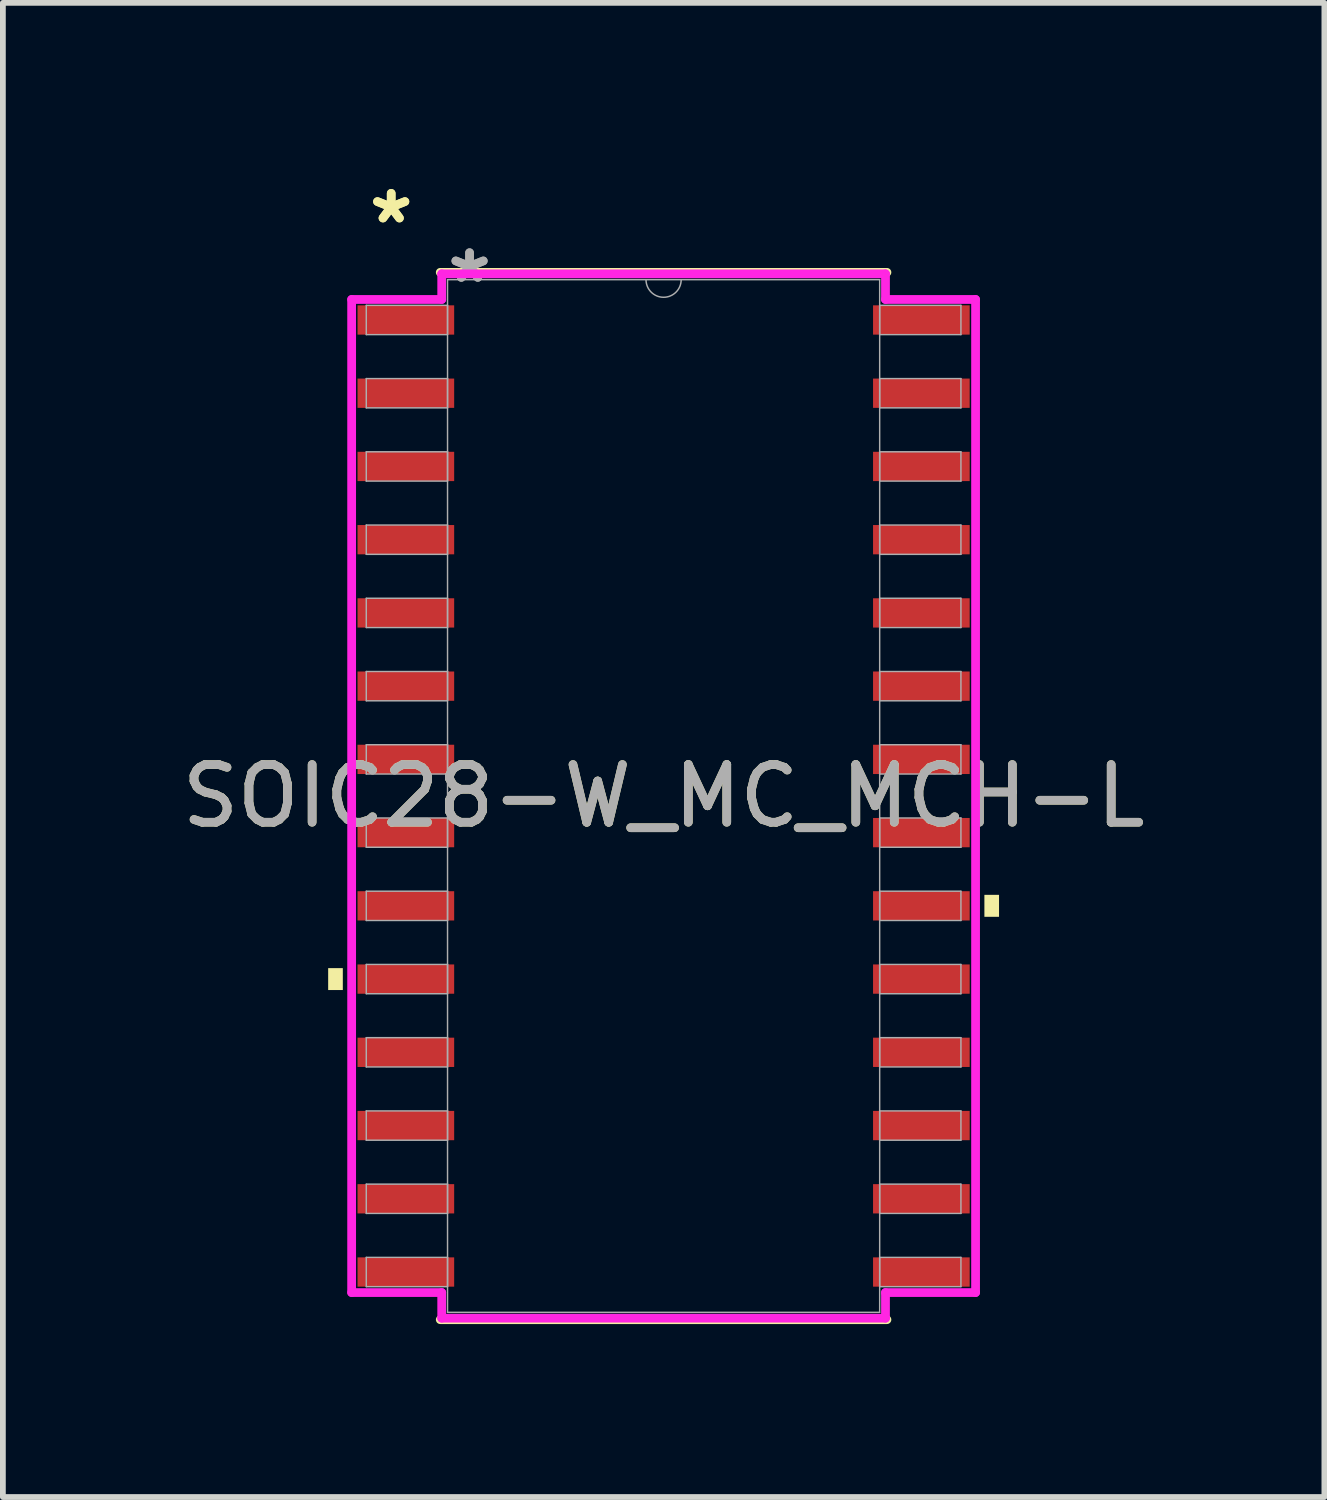
<source format=kicad_pcb>
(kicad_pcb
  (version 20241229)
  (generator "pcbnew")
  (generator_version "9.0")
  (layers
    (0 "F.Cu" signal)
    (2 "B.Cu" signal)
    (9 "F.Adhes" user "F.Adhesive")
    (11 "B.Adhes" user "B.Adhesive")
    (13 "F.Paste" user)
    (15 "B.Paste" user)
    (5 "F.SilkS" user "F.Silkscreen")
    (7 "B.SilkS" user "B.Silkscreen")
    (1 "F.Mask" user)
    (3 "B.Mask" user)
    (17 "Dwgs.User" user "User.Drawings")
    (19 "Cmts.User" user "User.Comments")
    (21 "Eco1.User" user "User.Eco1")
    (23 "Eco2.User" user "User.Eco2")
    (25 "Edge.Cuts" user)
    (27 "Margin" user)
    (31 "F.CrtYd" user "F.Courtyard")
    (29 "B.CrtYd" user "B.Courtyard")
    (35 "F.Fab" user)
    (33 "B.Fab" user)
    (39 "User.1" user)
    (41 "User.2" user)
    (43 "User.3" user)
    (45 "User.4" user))
  (footprint "SOIC28-W_MC_MCH-L"
    (layer "F.Cu")
    (at 8.458 10.754)
    (property "Reference" "SOIC28-W_MC_MCH-L" (at 0 0 0) (unlocked yes) (layer "F.SilkS") (effects (font (size 1 1) (thickness 0.15))))
    (attr smd)
    (fp_line (start -3.873 9.081) (end 3.873 9.081) (stroke (width 0.152) (type solid)) (layer "F.SilkS"))
    (fp_line (start 3.873 -9.081) (end -3.873 -9.081) (stroke (width 0.152) (type solid)) (layer "F.SilkS"))
    (fp_poly (pts (xy -5.817 2.985) (xy -5.817 3.365) (xy -5.563 3.365) (xy -5.563 2.985)) (stroke (width 0) (type solid)) (fill yes) (layer "F.SilkS"))
    (fp_poly (pts (xy 5.817 1.714) (xy 5.817 2.095) (xy 5.563 2.095) (xy 5.563 1.714)) (stroke (width 0) (type solid)) (fill yes) (layer "F.SilkS"))
    (fp_line (start -5.41 -8.611) (end -3.848 -8.611) (stroke (width 0.152) (type solid)) (layer "F.CrtYd"))
    (fp_line (start -5.41 8.611) (end -5.41 -8.611) (stroke (width 0.152) (type solid)) (layer "F.CrtYd"))
    (fp_line (start -5.41 8.611) (end -3.848 8.611) (stroke (width 0.152) (type solid)) (layer "F.CrtYd"))
    (fp_line (start -3.848 -9.055) (end 3.848 -9.055) (stroke (width 0.152) (type solid)) (layer "F.CrtYd"))
    (fp_line (start -3.848 -8.611) (end -3.848 -9.055) (stroke (width 0.152) (type solid)) (layer "F.CrtYd"))
    (fp_line (start -3.848 9.055) (end -3.848 8.611) (stroke (width 0.152) (type solid)) (layer "F.CrtYd"))
    (fp_line (start 3.848 -9.055) (end 3.848 -8.611) (stroke (width 0.152) (type solid)) (layer "F.CrtYd"))
    (fp_line (start 3.848 8.611) (end 3.848 9.055) (stroke (width 0.152) (type solid)) (layer "F.CrtYd"))
    (fp_line (start 3.848 9.055) (end -3.848 9.055) (stroke (width 0.152) (type solid)) (layer "F.CrtYd"))
    (fp_line (start 5.41 -8.611) (end 3.848 -8.611) (stroke (width 0.152) (type solid)) (layer "F.CrtYd"))
    (fp_line (start 5.41 -8.611) (end 5.41 8.611) (stroke (width 0.152) (type solid)) (layer "F.CrtYd"))
    (fp_line (start 5.41 8.611) (end 3.848 8.611) (stroke (width 0.152) (type solid)) (layer "F.CrtYd"))
    (fp_line (start -5.156 -8.509) (end -5.156 -8.001) (stroke (width 0.025) (type solid)) (layer "F.Fab"))
    (fp_line (start -5.156 -8.001) (end -3.747 -8.001) (stroke (width 0.025) (type solid)) (layer "F.Fab"))
    (fp_line (start -5.156 -7.239) (end -5.156 -6.731) (stroke (width 0.025) (type solid)) (layer "F.Fab"))
    (fp_line (start -5.156 -6.731) (end -3.747 -6.731) (stroke (width 0.025) (type solid)) (layer "F.Fab"))
    (fp_line (start -5.156 -5.969) (end -5.156 -5.461) (stroke (width 0.025) (type solid)) (layer "F.Fab"))
    (fp_line (start -5.156 -5.461) (end -3.747 -5.461) (stroke (width 0.025) (type solid)) (layer "F.Fab"))
    (fp_line (start -5.156 -4.699) (end -5.156 -4.191) (stroke (width 0.025) (type solid)) (layer "F.Fab"))
    (fp_line (start -5.156 -4.191) (end -3.747 -4.191) (stroke (width 0.025) (type solid)) (layer "F.Fab"))
    (fp_line (start -5.156 -3.429) (end -5.156 -2.921) (stroke (width 0.025) (type solid)) (layer "F.Fab"))
    (fp_line (start -5.156 -2.921) (end -3.747 -2.921) (stroke (width 0.025) (type solid)) (layer "F.Fab"))
    (fp_line (start -5.156 -2.159) (end -5.156 -1.651) (stroke (width 0.025) (type solid)) (layer "F.Fab"))
    (fp_line (start -5.156 -1.651) (end -3.747 -1.651) (stroke (width 0.025) (type solid)) (layer "F.Fab"))
    (fp_line (start -5.156 -0.889) (end -5.156 -0.381) (stroke (width 0.025) (type solid)) (layer "F.Fab"))
    (fp_line (start -5.156 -0.381) (end -3.747 -0.381) (stroke (width 0.025) (type solid)) (layer "F.Fab"))
    (fp_line (start -5.156 0.381) (end -5.156 0.889) (stroke (width 0.025) (type solid)) (layer "F.Fab"))
    (fp_line (start -5.156 0.889) (end -3.747 0.889) (stroke (width 0.025) (type solid)) (layer "F.Fab"))
    (fp_line (start -5.156 1.651) (end -5.156 2.159) (stroke (width 0.025) (type solid)) (layer "F.Fab"))
    (fp_line (start -5.156 2.159) (end -3.747 2.159) (stroke (width 0.025) (type solid)) (layer "F.Fab"))
    (fp_line (start -5.156 2.921) (end -5.156 3.429) (stroke (width 0.025) (type solid)) (layer "F.Fab"))
    (fp_line (start -5.156 3.429) (end -3.747 3.429) (stroke (width 0.025) (type solid)) (layer "F.Fab"))
    (fp_line (start -5.156 4.191) (end -5.156 4.699) (stroke (width 0.025) (type solid)) (layer "F.Fab"))
    (fp_line (start -5.156 4.699) (end -3.747 4.699) (stroke (width 0.025) (type solid)) (layer "F.Fab"))
    (fp_line (start -5.156 5.461) (end -5.156 5.969) (stroke (width 0.025) (type solid)) (layer "F.Fab"))
    (fp_line (start -5.156 5.969) (end -3.747 5.969) (stroke (width 0.025) (type solid)) (layer "F.Fab"))
    (fp_line (start -5.156 6.731) (end -5.156 7.239) (stroke (width 0.025) (type solid)) (layer "F.Fab"))
    (fp_line (start -5.156 7.239) (end -3.747 7.239) (stroke (width 0.025) (type solid)) (layer "F.Fab"))
    (fp_line (start -5.156 8.001) (end -5.156 8.509) (stroke (width 0.025) (type solid)) (layer "F.Fab"))
    (fp_line (start -5.156 8.509) (end -3.747 8.509) (stroke (width 0.025) (type solid)) (layer "F.Fab"))
    (fp_line (start -3.747 -8.954) (end -3.747 8.954) (stroke (width 0.025) (type solid)) (layer "F.Fab"))
    (fp_line (start -3.747 -8.509) (end -5.156 -8.509) (stroke (width 0.025) (type solid)) (layer "F.Fab"))
    (fp_line (start -3.747 -8.001) (end -3.747 -8.509) (stroke (width 0.025) (type solid)) (layer "F.Fab"))
    (fp_line (start -3.747 -7.239) (end -5.156 -7.239) (stroke (width 0.025) (type solid)) (layer "F.Fab"))
    (fp_line (start -3.747 -6.731) (end -3.747 -7.239) (stroke (width 0.025) (type solid)) (layer "F.Fab"))
    (fp_line (start -3.747 -5.969) (end -5.156 -5.969) (stroke (width 0.025) (type solid)) (layer "F.Fab"))
    (fp_line (start -3.747 -5.461) (end -3.747 -5.969) (stroke (width 0.025) (type solid)) (layer "F.Fab"))
    (fp_line (start -3.747 -4.699) (end -5.156 -4.699) (stroke (width 0.025) (type solid)) (layer "F.Fab"))
    (fp_line (start -3.747 -4.191) (end -3.747 -4.699) (stroke (width 0.025) (type solid)) (layer "F.Fab"))
    (fp_line (start -3.747 -3.429) (end -5.156 -3.429) (stroke (width 0.025) (type solid)) (layer "F.Fab"))
    (fp_line (start -3.747 -2.921) (end -3.747 -3.429) (stroke (width 0.025) (type solid)) (layer "F.Fab"))
    (fp_line (start -3.747 -2.159) (end -5.156 -2.159) (stroke (width 0.025) (type solid)) (layer "F.Fab"))
    (fp_line (start -3.747 -1.651) (end -3.747 -2.159) (stroke (width 0.025) (type solid)) (layer "F.Fab"))
    (fp_line (start -3.747 -0.889) (end -5.156 -0.889) (stroke (width 0.025) (type solid)) (layer "F.Fab"))
    (fp_line (start -3.747 -0.381) (end -3.747 -0.889) (stroke (width 0.025) (type solid)) (layer "F.Fab"))
    (fp_line (start -3.747 0.381) (end -5.156 0.381) (stroke (width 0.025) (type solid)) (layer "F.Fab"))
    (fp_line (start -3.747 0.889) (end -3.747 0.381) (stroke (width 0.025) (type solid)) (layer "F.Fab"))
    (fp_line (start -3.747 1.651) (end -5.156 1.651) (stroke (width 0.025) (type solid)) (layer "F.Fab"))
    (fp_line (start -3.747 2.159) (end -3.747 1.651) (stroke (width 0.025) (type solid)) (layer "F.Fab"))
    (fp_line (start -3.747 2.921) (end -5.156 2.921) (stroke (width 0.025) (type solid)) (layer "F.Fab"))
    (fp_line (start -3.747 3.429) (end -3.747 2.921) (stroke (width 0.025) (type solid)) (layer "F.Fab"))
    (fp_line (start -3.747 4.191) (end -5.156 4.191) (stroke (width 0.025) (type solid)) (layer "F.Fab"))
    (fp_line (start -3.747 4.699) (end -3.747 4.191) (stroke (width 0.025) (type solid)) (layer "F.Fab"))
    (fp_line (start -3.747 5.461) (end -5.156 5.461) (stroke (width 0.025) (type solid)) (layer "F.Fab"))
    (fp_line (start -3.747 5.969) (end -3.747 5.461) (stroke (width 0.025) (type solid)) (layer "F.Fab"))
    (fp_line (start -3.747 6.731) (end -5.156 6.731) (stroke (width 0.025) (type solid)) (layer "F.Fab"))
    (fp_line (start -3.747 7.239) (end -3.747 6.731) (stroke (width 0.025) (type solid)) (layer "F.Fab"))
    (fp_line (start -3.747 8.001) (end -5.156 8.001) (stroke (width 0.025) (type solid)) (layer "F.Fab"))
    (fp_line (start -3.747 8.509) (end -3.747 8.001) (stroke (width 0.025) (type solid)) (layer "F.Fab"))
    (fp_line (start -3.747 8.954) (end 3.747 8.954) (stroke (width 0.025) (type solid)) (layer "F.Fab"))
    (fp_line (start 3.747 -8.954) (end -3.747 -8.954) (stroke (width 0.025) (type solid)) (layer "F.Fab"))
    (fp_line (start 3.747 -8.509) (end 3.747 -8.001) (stroke (width 0.025) (type solid)) (layer "F.Fab"))
    (fp_line (start 3.747 -8.001) (end 5.156 -8.001) (stroke (width 0.025) (type solid)) (layer "F.Fab"))
    (fp_line (start 3.747 -7.239) (end 3.747 -6.731) (stroke (width 0.025) (type solid)) (layer "F.Fab"))
    (fp_line (start 3.747 -6.731) (end 5.156 -6.731) (stroke (width 0.025) (type solid)) (layer "F.Fab"))
    (fp_line (start 3.747 -5.969) (end 3.747 -5.461) (stroke (width 0.025) (type solid)) (layer "F.Fab"))
    (fp_line (start 3.747 -5.461) (end 5.156 -5.461) (stroke (width 0.025) (type solid)) (layer "F.Fab"))
    (fp_line (start 3.747 -4.699) (end 3.747 -4.191) (stroke (width 0.025) (type solid)) (layer "F.Fab"))
    (fp_line (start 3.747 -4.191) (end 5.156 -4.191) (stroke (width 0.025) (type solid)) (layer "F.Fab"))
    (fp_line (start 3.747 -3.429) (end 3.747 -2.921) (stroke (width 0.025) (type solid)) (layer "F.Fab"))
    (fp_line (start 3.747 -2.921) (end 5.156 -2.921) (stroke (width 0.025) (type solid)) (layer "F.Fab"))
    (fp_line (start 3.747 -2.159) (end 3.747 -1.651) (stroke (width 0.025) (type solid)) (layer "F.Fab"))
    (fp_line (start 3.747 -1.651) (end 5.156 -1.651) (stroke (width 0.025) (type solid)) (layer "F.Fab"))
    (fp_line (start 3.747 -0.889) (end 3.747 -0.381) (stroke (width 0.025) (type solid)) (layer "F.Fab"))
    (fp_line (start 3.747 -0.381) (end 5.156 -0.381) (stroke (width 0.025) (type solid)) (layer "F.Fab"))
    (fp_line (start 3.747 0.381) (end 3.747 0.889) (stroke (width 0.025) (type solid)) (layer "F.Fab"))
    (fp_line (start 3.747 0.889) (end 5.156 0.889) (stroke (width 0.025) (type solid)) (layer "F.Fab"))
    (fp_line (start 3.747 1.651) (end 3.747 2.159) (stroke (width 0.025) (type solid)) (layer "F.Fab"))
    (fp_line (start 3.747 2.159) (end 5.156 2.159) (stroke (width 0.025) (type solid)) (layer "F.Fab"))
    (fp_line (start 3.747 2.921) (end 3.747 3.429) (stroke (width 0.025) (type solid)) (layer "F.Fab"))
    (fp_line (start 3.747 3.429) (end 5.156 3.429) (stroke (width 0.025) (type solid)) (layer "F.Fab"))
    (fp_line (start 3.747 4.191) (end 3.747 4.699) (stroke (width 0.025) (type solid)) (layer "F.Fab"))
    (fp_line (start 3.747 4.699) (end 5.156 4.699) (stroke (width 0.025) (type solid)) (layer "F.Fab"))
    (fp_line (start 3.747 5.461) (end 3.747 5.969) (stroke (width 0.025) (type solid)) (layer "F.Fab"))
    (fp_line (start 3.747 5.969) (end 5.156 5.969) (stroke (width 0.025) (type solid)) (layer "F.Fab"))
    (fp_line (start 3.747 6.731) (end 3.747 7.239) (stroke (width 0.025) (type solid)) (layer "F.Fab"))
    (fp_line (start 3.747 7.239) (end 5.156 7.239) (stroke (width 0.025) (type solid)) (layer "F.Fab"))
    (fp_line (start 3.747 8.001) (end 3.747 8.509) (stroke (width 0.025) (type solid)) (layer "F.Fab"))
    (fp_line (start 3.747 8.509) (end 5.156 8.509) (stroke (width 0.025) (type solid)) (layer "F.Fab"))
    (fp_line (start 3.747 8.954) (end 3.747 -8.954) (stroke (width 0.025) (type solid)) (layer "F.Fab"))
    (fp_line (start 5.156 -8.509) (end 3.747 -8.509) (stroke (width 0.025) (type solid)) (layer "F.Fab"))
    (fp_line (start 5.156 -8.001) (end 5.156 -8.509) (stroke (width 0.025) (type solid)) (layer "F.Fab"))
    (fp_line (start 5.156 -7.239) (end 3.747 -7.239) (stroke (width 0.025) (type solid)) (layer "F.Fab"))
    (fp_line (start 5.156 -6.731) (end 5.156 -7.239) (stroke (width 0.025) (type solid)) (layer "F.Fab"))
    (fp_line (start 5.156 -5.969) (end 3.747 -5.969) (stroke (width 0.025) (type solid)) (layer "F.Fab"))
    (fp_line (start 5.156 -5.461) (end 5.156 -5.969) (stroke (width 0.025) (type solid)) (layer "F.Fab"))
    (fp_line (start 5.156 -4.699) (end 3.747 -4.699) (stroke (width 0.025) (type solid)) (layer "F.Fab"))
    (fp_line (start 5.156 -4.191) (end 5.156 -4.699) (stroke (width 0.025) (type solid)) (layer "F.Fab"))
    (fp_line (start 5.156 -3.429) (end 3.747 -3.429) (stroke (width 0.025) (type solid)) (layer "F.Fab"))
    (fp_line (start 5.156 -2.921) (end 5.156 -3.429) (stroke (width 0.025) (type solid)) (layer "F.Fab"))
    (fp_line (start 5.156 -2.159) (end 3.747 -2.159) (stroke (width 0.025) (type solid)) (layer "F.Fab"))
    (fp_line (start 5.156 -1.651) (end 5.156 -2.159) (stroke (width 0.025) (type solid)) (layer "F.Fab"))
    (fp_line (start 5.156 -0.889) (end 3.747 -0.889) (stroke (width 0.025) (type solid)) (layer "F.Fab"))
    (fp_line (start 5.156 -0.381) (end 5.156 -0.889) (stroke (width 0.025) (type solid)) (layer "F.Fab"))
    (fp_line (start 5.156 0.381) (end 3.747 0.381) (stroke (width 0.025) (type solid)) (layer "F.Fab"))
    (fp_line (start 5.156 0.889) (end 5.156 0.381) (stroke (width 0.025) (type solid)) (layer "F.Fab"))
    (fp_line (start 5.156 1.651) (end 3.747 1.651) (stroke (width 0.025) (type solid)) (layer "F.Fab"))
    (fp_line (start 5.156 2.159) (end 5.156 1.651) (stroke (width 0.025) (type solid)) (layer "F.Fab"))
    (fp_line (start 5.156 2.921) (end 3.747 2.921) (stroke (width 0.025) (type solid)) (layer "F.Fab"))
    (fp_line (start 5.156 3.429) (end 5.156 2.921) (stroke (width 0.025) (type solid)) (layer "F.Fab"))
    (fp_line (start 5.156 4.191) (end 3.747 4.191) (stroke (width 0.025) (type solid)) (layer "F.Fab"))
    (fp_line (start 5.156 4.699) (end 5.156 4.191) (stroke (width 0.025) (type solid)) (layer "F.Fab"))
    (fp_line (start 5.156 5.461) (end 3.747 5.461) (stroke (width 0.025) (type solid)) (layer "F.Fab"))
    (fp_line (start 5.156 5.969) (end 5.156 5.461) (stroke (width 0.025) (type solid)) (layer "F.Fab"))
    (fp_line (start 5.156 6.731) (end 3.747 6.731) (stroke (width 0.025) (type solid)) (layer "F.Fab"))
    (fp_line (start 5.156 7.239) (end 5.156 6.731) (stroke (width 0.025) (type solid)) (layer "F.Fab"))
    (fp_line (start 5.156 8.001) (end 3.747 8.001) (stroke (width 0.025) (type solid)) (layer "F.Fab"))
    (fp_line (start 5.156 8.509) (end 5.156 8.001) (stroke (width 0.025) (type solid)) (layer "F.Fab"))
    (fp_arc (start 0.3048 -8.9535) (mid 0 -8.6487) (end -0.3048 -8.9535) (stroke (width 0.0254) (type solid)) (layer "F.Fab"))
    (fp_text user "*" (at -4.724 -9.906 0) (layer "F.SilkS") (effects (font (size 1 1) (thickness 0.15))))
    (fp_text user "*" (at -4.724 -9.906 0) (unlocked yes) (layer "F.SilkS") (effects (font (size 1 1) (thickness 0.15))))
    (fp_text user "${REFERENCE}" (at 0 0 0) (unlocked yes) (layer "F.Fab") (effects (font (size 1 1) (thickness 0.15))))
    (fp_text user "*" (at -3.365 -8.877 0) (unlocked yes) (layer "F.Fab") (effects (font (size 1 1) (thickness 0.15))))
    (fp_text user "*" (at -3.365 -8.877 0) (layer "F.Fab") (effects (font (size 1 1) (thickness 0.15))))
    (pad "1" smd rect (at -4.47 -8.255) (size 1.676 0.508) (layers "F.Cu" "F.Mask" "F.Paste"))
    (pad "2" smd rect (at -4.47 -6.985) (size 1.676 0.508) (layers "F.Cu" "F.Mask" "F.Paste"))
    (pad "3" smd rect (at -4.47 -5.715) (size 1.676 0.508) (layers "F.Cu" "F.Mask" "F.Paste"))
    (pad "4" smd rect (at -4.47 -4.445) (size 1.676 0.508) (layers "F.Cu" "F.Mask" "F.Paste"))
    (pad "5" smd rect (at -4.47 -3.175) (size 1.676 0.508) (layers "F.Cu" "F.Mask" "F.Paste"))
    (pad "6" smd rect (at -4.47 -1.905) (size 1.676 0.508) (layers "F.Cu" "F.Mask" "F.Paste"))
    (pad "7" smd rect (at -4.47 -0.635) (size 1.676 0.508) (layers "F.Cu" "F.Mask" "F.Paste"))
    (pad "8" smd rect (at -4.47 0.635) (size 1.676 0.508) (layers "F.Cu" "F.Mask" "F.Paste"))
    (pad "9" smd rect (at -4.47 1.905) (size 1.676 0.508) (layers "F.Cu" "F.Mask" "F.Paste"))
    (pad "10" smd rect (at -4.47 3.175) (size 1.676 0.508) (layers "F.Cu" "F.Mask" "F.Paste"))
    (pad "11" smd rect (at -4.47 4.445) (size 1.676 0.508) (layers "F.Cu" "F.Mask" "F.Paste"))
    (pad "12" smd rect (at -4.47 5.715) (size 1.676 0.508) (layers "F.Cu" "F.Mask" "F.Paste"))
    (pad "13" smd rect (at -4.47 6.985) (size 1.676 0.508) (layers "F.Cu" "F.Mask" "F.Paste"))
    (pad "14" smd rect (at -4.47 8.255) (size 1.676 0.508) (layers "F.Cu" "F.Mask" "F.Paste"))
    (pad "15" smd rect (at 4.47 8.255) (size 1.676 0.508) (layers "F.Cu" "F.Mask" "F.Paste"))
    (pad "16" smd rect (at 4.47 6.985) (size 1.676 0.508) (layers "F.Cu" "F.Mask" "F.Paste"))
    (pad "17" smd rect (at 4.47 5.715) (size 1.676 0.508) (layers "F.Cu" "F.Mask" "F.Paste"))
    (pad "18" smd rect (at 4.47 4.445) (size 1.676 0.508) (layers "F.Cu" "F.Mask" "F.Paste"))
    (pad "19" smd rect (at 4.47 3.175) (size 1.676 0.508) (layers "F.Cu" "F.Mask" "F.Paste"))
    (pad "20" smd rect (at 4.47 1.905) (size 1.676 0.508) (layers "F.Cu" "F.Mask" "F.Paste"))
    (pad "21" smd rect (at 4.47 0.635) (size 1.676 0.508) (layers "F.Cu" "F.Mask" "F.Paste"))
    (pad "22" smd rect (at 4.47 -0.635) (size 1.676 0.508) (layers "F.Cu" "F.Mask" "F.Paste"))
    (pad "23" smd rect (at 4.47 -1.905) (size 1.676 0.508) (layers "F.Cu" "F.Mask" "F.Paste"))
    (pad "24" smd rect (at 4.47 -3.175) (size 1.676 0.508) (layers "F.Cu" "F.Mask" "F.Paste"))
    (pad "25" smd rect (at 4.47 -4.445) (size 1.676 0.508) (layers "F.Cu" "F.Mask" "F.Paste"))
    (pad "26" smd rect (at 4.47 -5.715) (size 1.676 0.508) (layers "F.Cu" "F.Mask" "F.Paste"))
    (pad "27" smd rect (at 4.47 -6.985) (size 1.676 0.508) (layers "F.Cu" "F.Mask" "F.Paste"))
    (pad "28" smd rect (at 4.47 -8.255) (size 1.676 0.508) (layers "F.Cu" "F.Mask" "F.Paste")))
  (gr_rect
    (start -3 -3)
    (end 19.917 22.911)
    (stroke (width 0.1) (type default))
    (fill no)
    (layer "Edge.Cuts")))
</source>
